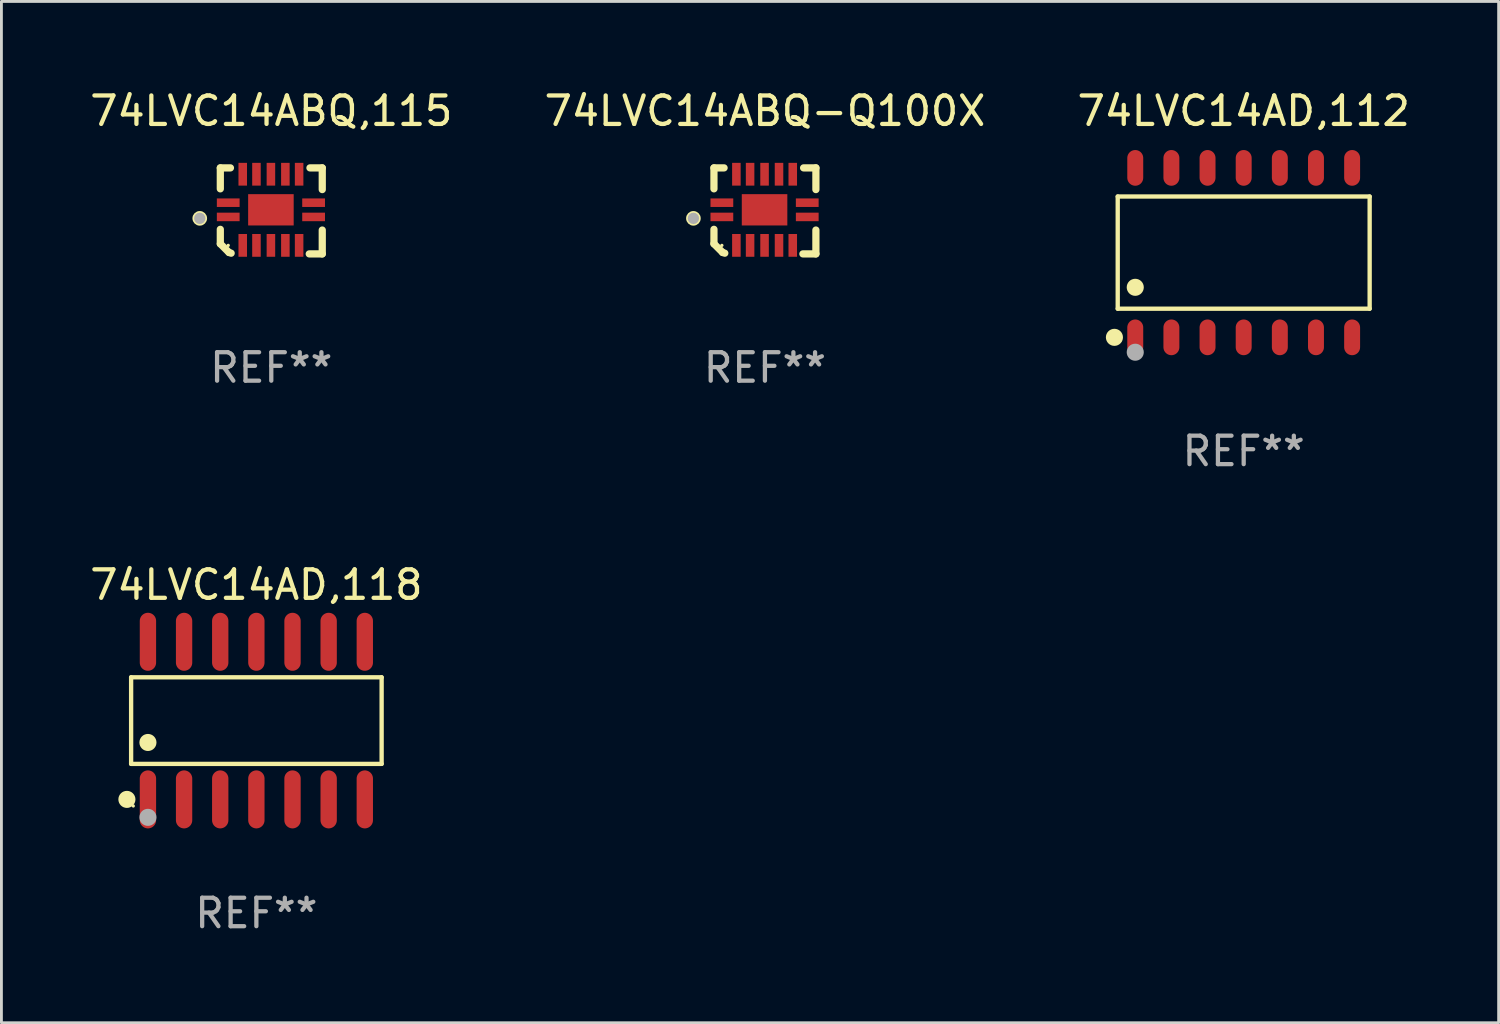
<source format=kicad_pcb>
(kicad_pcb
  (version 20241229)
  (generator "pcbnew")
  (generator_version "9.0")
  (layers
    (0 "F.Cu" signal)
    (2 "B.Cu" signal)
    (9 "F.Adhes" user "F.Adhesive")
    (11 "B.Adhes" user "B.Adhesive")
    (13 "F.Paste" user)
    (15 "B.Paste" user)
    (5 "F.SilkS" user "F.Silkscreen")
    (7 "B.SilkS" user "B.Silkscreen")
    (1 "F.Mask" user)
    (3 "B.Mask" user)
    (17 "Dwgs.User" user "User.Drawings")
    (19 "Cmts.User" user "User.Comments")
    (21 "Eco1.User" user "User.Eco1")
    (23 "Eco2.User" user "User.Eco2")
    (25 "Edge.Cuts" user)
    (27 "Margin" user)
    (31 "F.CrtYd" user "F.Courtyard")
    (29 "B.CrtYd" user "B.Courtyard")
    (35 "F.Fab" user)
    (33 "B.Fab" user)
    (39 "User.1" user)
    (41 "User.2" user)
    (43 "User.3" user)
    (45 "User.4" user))
  (footprint "74LVC14ABQ-Q100X"
    (layer "F.Cu")
    (at 23.827 4.36)
    (property "Reference" "74LVC14ABQ-Q100X" (at 0 -3.511 0) (layer "F.SilkS") (effects (font (size 1 1) (thickness 0.15))))
    (attr through_hole)
    (fp_line (start -1.791 -1.511) (end -1.435 -1.511) (stroke (width 0.254) (type solid)) (layer "F.SilkS"))
    (fp_line (start -1.791 -0.775) (end -1.791 -1.511) (stroke (width 0.254) (type solid)) (layer "F.SilkS"))
    (fp_line (start -1.791 1.156) (end -1.791 0.648) (stroke (width 0.254) (type solid)) (layer "F.SilkS"))
    (fp_line (start -1.486 1.461) (end -1.791 1.156) (stroke (width 0.254) (type solid)) (layer "F.SilkS"))
    (fp_line (start -1.41 1.486) (end -1.486 1.461) (stroke (width 0.254) (type solid)) (layer "F.SilkS"))
    (fp_line (start 1.334 1.511) (end 1.791 1.511) (stroke (width 0.254) (type solid)) (layer "F.SilkS"))
    (fp_line (start 1.791 -1.511) (end 1.359 -1.511) (stroke (width 0.254) (type solid)) (layer "F.SilkS"))
    (fp_line (start 1.791 -0.749) (end 1.791 -1.511) (stroke (width 0.254) (type solid)) (layer "F.SilkS"))
    (fp_line (start 1.791 1.511) (end 1.791 0.673) (stroke (width 0.254) (type solid)) (layer "F.SilkS"))
    (fp_circle (center -2.513 0.262) (end -2.383 0.262) (stroke (width 0.254) (type solid)) (fill no) (layer "F.SilkS"))
    (fp_circle (center -1.513 1.212) (end -1.483 1.212) (stroke (width 0.06) (type solid)) (fill no) (layer "F.SilkS"))
    (fp_circle (center -2.513 0.262) (end -2.413 0.262) (stroke (width 0.2) (type solid)) (fill no) (layer "F.Fab"))
    (fp_text user "REF**" (at 0 5.511 0) (layer "F.Fab") (effects (font (size 1 1) (thickness 0.15))))
    (pad "1" smd rect (at -1.513 0.212) (size 0.8 0.3) (layers "F.Cu" "F.Mask" "F.Paste"))
    (pad "2" smd rect (at -1.003 1.212) (size 0.3 0.8) (layers "F.Cu" "F.Mask" "F.Paste"))
    (pad "3" smd rect (at -0.521 1.212) (size 0.3 0.8) (layers "F.Cu" "F.Mask" "F.Paste"))
    (pad "4" smd rect (at -0.013 1.212) (size 0.3 0.8) (layers "F.Cu" "F.Mask" "F.Paste"))
    (pad "5" smd rect (at 0.495 1.212) (size 0.3 0.8) (layers "F.Cu" "F.Mask" "F.Paste"))
    (pad "6" smd rect (at 0.978 1.212) (size 0.3 0.8) (layers "F.Cu" "F.Mask" "F.Paste"))
    (pad "7" smd rect (at 1.487 0.212) (size 0.8 0.3) (layers "F.Cu" "F.Mask" "F.Paste"))
    (pad "8" smd rect (at 1.487 -0.288) (size 0.8 0.3) (layers "F.Cu" "F.Mask" "F.Paste"))
    (pad "9" smd rect (at 0.978 -1.288) (size 0.3 0.8) (layers "F.Cu" "F.Mask" "F.Paste"))
    (pad "10" smd rect (at 0.495 -1.288) (size 0.3 0.8) (layers "F.Cu" "F.Mask" "F.Paste"))
    (pad "11" smd rect (at -0.013 -1.288) (size 0.3 0.8) (layers "F.Cu" "F.Mask" "F.Paste"))
    (pad "12" smd rect (at -0.521 -1.288) (size 0.3 0.8) (layers "F.Cu" "F.Mask" "F.Paste"))
    (pad "13" smd rect (at -1.003 -1.288) (size 0.3 0.8) (layers "F.Cu" "F.Mask" "F.Paste"))
    (pad "14" smd rect (at -1.513 -0.288) (size 0.8 0.3) (layers "F.Cu" "F.Mask" "F.Paste"))
    (pad "15" smd rect (at -0.013 -0.038 90) (size 1.1 1.6) (layers "F.Cu" "F.Mask" "F.Paste")))
  (footprint "74LVC14AD,112"
    (layer "F.Cu")
    (at 40.649 5.826)
    (property "Reference" "74LVC14AD,112" (at 0 -4.977 0) (layer "F.SilkS") (effects (font (size 1 1) (thickness 0.15))))
    (attr through_hole)
    (fp_line (start -4.426 -1.971) (end 4.426 -1.971) (stroke (width 0.152) (type solid)) (layer "F.SilkS"))
    (fp_line (start -4.426 1.971) (end -4.426 -1.971) (stroke (width 0.152) (type solid)) (layer "F.SilkS"))
    (fp_line (start 4.426 -1.971) (end 4.426 1.971) (stroke (width 0.152) (type solid)) (layer "F.SilkS"))
    (fp_line (start 4.426 1.971) (end -4.426 1.971) (stroke (width 0.152) (type solid)) (layer "F.SilkS"))
    (fp_circle (center -4.542 2.977) (end -4.392 2.977) (stroke (width 0.3) (type solid)) (fill no) (layer "F.SilkS"))
    (fp_circle (center -4.35 3.1) (end -4.32 3.1) (stroke (width 0.06) (type solid)) (fill no) (layer "F.SilkS"))
    (fp_circle (center -3.81 1.219) (end -3.66 1.219) (stroke (width 0.3) (type solid)) (fill no) (layer "F.SilkS"))
    (fp_circle (center -3.81 3.5) (end -3.66 3.5) (stroke (width 0.3) (type solid)) (fill no) (layer "F.Fab"))
    (fp_text user "REF**" (at 0 6.977 0) (layer "F.Fab") (effects (font (size 1 1) (thickness 0.15))))
    (pad "1" smd oval (at -3.81 2.977) (size 0.56 1.255) (layers "F.Cu" "F.Mask" "F.Paste"))
    (pad "2" smd oval (at -2.54 2.977) (size 0.56 1.255) (layers "F.Cu" "F.Mask" "F.Paste"))
    (pad "3" smd oval (at -1.27 2.977) (size 0.56 1.255) (layers "F.Cu" "F.Mask" "F.Paste"))
    (pad "4" smd oval (at 0 2.977) (size 0.56 1.255) (layers "F.Cu" "F.Mask" "F.Paste"))
    (pad "5" smd oval (at 1.27 2.977) (size 0.56 1.255) (layers "F.Cu" "F.Mask" "F.Paste"))
    (pad "6" smd oval (at 2.54 2.977) (size 0.56 1.255) (layers "F.Cu" "F.Mask" "F.Paste"))
    (pad "7" smd oval (at 3.81 2.977) (size 0.56 1.255) (layers "F.Cu" "F.Mask" "F.Paste"))
    (pad "8" smd oval (at 3.81 -2.977) (size 0.56 1.255) (layers "F.Cu" "F.Mask" "F.Paste"))
    (pad "9" smd oval (at 2.54 -2.977) (size 0.56 1.255) (layers "F.Cu" "F.Mask" "F.Paste"))
    (pad "10" smd oval (at 1.27 -2.977) (size 0.56 1.255) (layers "F.Cu" "F.Mask" "F.Paste"))
    (pad "11" smd oval (at 0 -2.977) (size 0.56 1.255) (layers "F.Cu" "F.Mask" "F.Paste"))
    (pad "12" smd oval (at -1.27 -2.977) (size 0.56 1.255) (layers "F.Cu" "F.Mask" "F.Paste"))
    (pad "13" smd oval (at -2.54 -2.977) (size 0.56 1.255) (layers "F.Cu" "F.Mask" "F.Paste"))
    (pad "14" smd oval (at -3.81 -2.977) (size 0.56 1.255) (layers "F.Cu" "F.Mask" "F.Paste")))
  (footprint "74LVC14ABQ,115"
    (layer "F.Cu")
    (at 6.482 4.36)
    (property "Reference" "74LVC14ABQ,115" (at 0 -3.511 0) (layer "F.SilkS") (effects (font (size 1 1) (thickness 0.15))))
    (attr through_hole)
    (fp_line (start -1.791 -1.511) (end -1.435 -1.511) (stroke (width 0.254) (type solid)) (layer "F.SilkS"))
    (fp_line (start -1.791 -0.775) (end -1.791 -1.511) (stroke (width 0.254) (type solid)) (layer "F.SilkS"))
    (fp_line (start -1.791 1.156) (end -1.791 0.648) (stroke (width 0.254) (type solid)) (layer "F.SilkS"))
    (fp_line (start -1.486 1.461) (end -1.791 1.156) (stroke (width 0.254) (type solid)) (layer "F.SilkS"))
    (fp_line (start -1.41 1.486) (end -1.486 1.461) (stroke (width 0.254) (type solid)) (layer "F.SilkS"))
    (fp_line (start 1.334 1.511) (end 1.791 1.511) (stroke (width 0.254) (type solid)) (layer "F.SilkS"))
    (fp_line (start 1.791 -1.511) (end 1.359 -1.511) (stroke (width 0.254) (type solid)) (layer "F.SilkS"))
    (fp_line (start 1.791 -0.749) (end 1.791 -1.511) (stroke (width 0.254) (type solid)) (layer "F.SilkS"))
    (fp_line (start 1.791 1.511) (end 1.791 0.673) (stroke (width 0.254) (type solid)) (layer "F.SilkS"))
    (fp_circle (center -2.513 0.262) (end -2.383 0.262) (stroke (width 0.254) (type solid)) (fill no) (layer "F.SilkS"))
    (fp_circle (center -1.513 1.212) (end -1.483 1.212) (stroke (width 0.06) (type solid)) (fill no) (layer "F.SilkS"))
    (fp_circle (center -2.513 0.262) (end -2.413 0.262) (stroke (width 0.2) (type solid)) (fill no) (layer "F.Fab"))
    (fp_text user "REF**" (at 0 5.511 0) (layer "F.Fab") (effects (font (size 1 1) (thickness 0.15))))
    (pad "1" smd rect (at -1.513 0.212) (size 0.8 0.3) (layers "F.Cu" "F.Mask" "F.Paste"))
    (pad "2" smd rect (at -1.003 1.212) (size 0.3 0.8) (layers "F.Cu" "F.Mask" "F.Paste"))
    (pad "3" smd rect (at -0.521 1.212) (size 0.3 0.8) (layers "F.Cu" "F.Mask" "F.Paste"))
    (pad "4" smd rect (at -0.013 1.212) (size 0.3 0.8) (layers "F.Cu" "F.Mask" "F.Paste"))
    (pad "5" smd rect (at 0.495 1.212) (size 0.3 0.8) (layers "F.Cu" "F.Mask" "F.Paste"))
    (pad "6" smd rect (at 0.978 1.212) (size 0.3 0.8) (layers "F.Cu" "F.Mask" "F.Paste"))
    (pad "7" smd rect (at 1.487 0.212) (size 0.8 0.3) (layers "F.Cu" "F.Mask" "F.Paste"))
    (pad "8" smd rect (at 1.487 -0.288) (size 0.8 0.3) (layers "F.Cu" "F.Mask" "F.Paste"))
    (pad "9" smd rect (at 0.978 -1.288) (size 0.3 0.8) (layers "F.Cu" "F.Mask" "F.Paste"))
    (pad "10" smd rect (at 0.495 -1.288) (size 0.3 0.8) (layers "F.Cu" "F.Mask" "F.Paste"))
    (pad "11" smd rect (at -0.013 -1.288) (size 0.3 0.8) (layers "F.Cu" "F.Mask" "F.Paste"))
    (pad "12" smd rect (at -0.521 -1.288) (size 0.3 0.8) (layers "F.Cu" "F.Mask" "F.Paste"))
    (pad "13" smd rect (at -1.003 -1.288) (size 0.3 0.8) (layers "F.Cu" "F.Mask" "F.Paste"))
    (pad "14" smd rect (at -1.513 -0.288) (size 0.8 0.3) (layers "F.Cu" "F.Mask" "F.Paste"))
    (pad "15" smd rect (at -0.013 -0.038 90) (size 1.1 1.6) (layers "F.Cu" "F.Mask" "F.Paste")))
  (footprint "74LVC14AD,118"
    (layer "F.Cu")
    (at 5.958 22.269)
    (property "Reference" "74LVC14AD,118" (at 0 -4.769 0) (layer "F.SilkS") (effects (font (size 1 1) (thickness 0.15))))
    (attr through_hole)
    (fp_line (start -4.401 -1.521) (end 4.401 -1.521) (stroke (width 0.152) (type solid)) (layer "F.SilkS"))
    (fp_line (start -4.401 1.521) (end -4.401 -1.521) (stroke (width 0.152) (type solid)) (layer "F.SilkS"))
    (fp_line (start 4.401 -1.521) (end 4.401 1.521) (stroke (width 0.152) (type solid)) (layer "F.SilkS"))
    (fp_line (start 4.401 1.521) (end -4.401 1.521) (stroke (width 0.152) (type solid)) (layer "F.SilkS"))
    (fp_circle (center -4.549 2.769) (end -4.399 2.769) (stroke (width 0.3) (type solid)) (fill no) (layer "F.SilkS"))
    (fp_circle (center -4.325 3) (end -4.295 3) (stroke (width 0.06) (type solid)) (fill no) (layer "F.SilkS"))
    (fp_circle (center -3.81 0.769) (end -3.66 0.769) (stroke (width 0.3) (type solid)) (fill no) (layer "F.SilkS"))
    (fp_circle (center -3.81 3.4) (end -3.66 3.4) (stroke (width 0.3) (type solid)) (fill no) (layer "F.Fab"))
    (fp_text user "REF**" (at 0 6.769 0) (layer "F.Fab") (effects (font (size 1 1) (thickness 0.15))))
    (pad "1" smd oval (at -3.81 2.769) (size 0.574 2.038) (layers "F.Cu" "F.Mask" "F.Paste"))
    (pad "2" smd oval (at -2.54 2.769) (size 0.574 2.038) (layers "F.Cu" "F.Mask" "F.Paste"))
    (pad "3" smd oval (at -1.27 2.769) (size 0.574 2.038) (layers "F.Cu" "F.Mask" "F.Paste"))
    (pad "4" smd oval (at 0 2.769) (size 0.574 2.038) (layers "F.Cu" "F.Mask" "F.Paste"))
    (pad "5" smd oval (at 1.27 2.769) (size 0.574 2.038) (layers "F.Cu" "F.Mask" "F.Paste"))
    (pad "6" smd oval (at 2.54 2.769) (size 0.574 2.038) (layers "F.Cu" "F.Mask" "F.Paste"))
    (pad "7" smd oval (at 3.81 2.769) (size 0.574 2.038) (layers "F.Cu" "F.Mask" "F.Paste"))
    (pad "8" smd oval (at 3.81 -2.769) (size 0.574 2.038) (layers "F.Cu" "F.Mask" "F.Paste"))
    (pad "9" smd oval (at 2.54 -2.769) (size 0.574 2.038) (layers "F.Cu" "F.Mask" "F.Paste"))
    (pad "10" smd oval (at 1.27 -2.769) (size 0.574 2.038) (layers "F.Cu" "F.Mask" "F.Paste"))
    (pad "11" smd oval (at 0 -2.769) (size 0.574 2.038) (layers "F.Cu" "F.Mask" "F.Paste"))
    (pad "12" smd oval (at -1.27 -2.769) (size 0.574 2.038) (layers "F.Cu" "F.Mask" "F.Paste"))
    (pad "13" smd oval (at -2.54 -2.769) (size 0.574 2.038) (layers "F.Cu" "F.Mask" "F.Paste"))
    (pad "14" smd oval (at -3.81 -2.769) (size 0.574 2.038) (layers "F.Cu" "F.Mask" "F.Paste")))
  (gr_rect
    (start -3 -3)
    (end 49.607 32.886)
    (stroke (width 0.1) (type default))
    (fill no)
    (layer "Edge.Cuts")))
</source>
